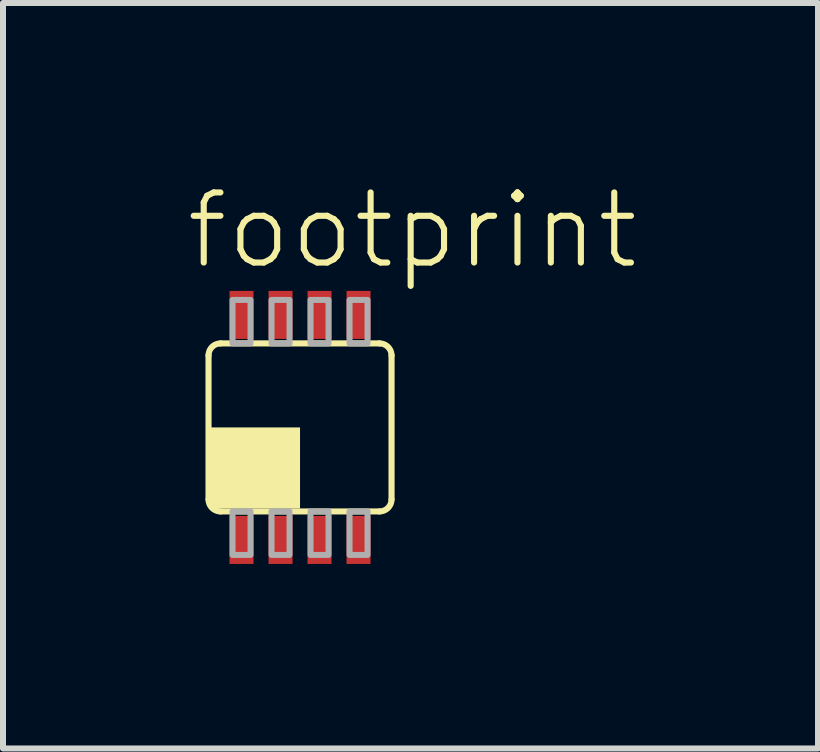
<source format=kicad_pcb>
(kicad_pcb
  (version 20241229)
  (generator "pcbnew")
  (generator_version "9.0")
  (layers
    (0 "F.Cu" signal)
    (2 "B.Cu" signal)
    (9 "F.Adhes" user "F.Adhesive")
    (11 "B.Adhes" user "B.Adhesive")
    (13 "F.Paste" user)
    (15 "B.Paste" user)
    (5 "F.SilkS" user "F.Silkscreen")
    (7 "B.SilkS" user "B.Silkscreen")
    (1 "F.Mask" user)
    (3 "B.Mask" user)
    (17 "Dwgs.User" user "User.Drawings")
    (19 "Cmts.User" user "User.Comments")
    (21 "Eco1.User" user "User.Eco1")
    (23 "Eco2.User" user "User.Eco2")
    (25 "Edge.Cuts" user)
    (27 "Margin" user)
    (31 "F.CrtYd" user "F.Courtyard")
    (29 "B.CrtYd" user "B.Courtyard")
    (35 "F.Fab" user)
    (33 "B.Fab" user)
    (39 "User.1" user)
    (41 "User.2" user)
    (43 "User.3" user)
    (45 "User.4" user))
  (footprint "footprint"
    (layer "F.Cu")
    (at 1.95 4.073)
    (property "Reference" "footprint" (at -1.95 -2.6 0) (layer "F.SilkS") (effects (font (size 1.168 1.168) (thickness 0.102)) (justify left bottom)))
    (fp_poly (pts (xy -1.225 2.35) (xy -0.725 2.35) (xy -0.725 1.425) (xy -1.225 1.425)) (stroke (width 0) (type solid)) (fill yes) (layer "F.Mask"))
    (fp_poly (pts (xy -0.725 -2.35) (xy -1.225 -2.35) (xy -1.225 -1.425) (xy -0.725 -1.425)) (stroke (width 0) (type solid)) (fill yes) (layer "F.Mask"))
    (fp_poly (pts (xy -0.575 2.35) (xy -0.075 2.35) (xy -0.075 1.425) (xy -0.575 1.425)) (stroke (width 0) (type solid)) (fill yes) (layer "F.Mask"))
    (fp_poly (pts (xy -0.075 -2.35) (xy -0.575 -2.35) (xy -0.575 -1.425) (xy -0.075 -1.425)) (stroke (width 0) (type solid)) (fill yes) (layer "F.Mask"))
    (fp_poly (pts (xy 0.075 2.35) (xy 0.575 2.35) (xy 0.575 1.425) (xy 0.075 1.425)) (stroke (width 0) (type solid)) (fill yes) (layer "F.Mask"))
    (fp_poly (pts (xy 0.575 -2.35) (xy 0.075 -2.35) (xy 0.075 -1.425) (xy 0.575 -1.425)) (stroke (width 0) (type solid)) (fill yes) (layer "F.Mask"))
    (fp_poly (pts (xy 0.725 2.35) (xy 1.225 2.35) (xy 1.225 1.425) (xy 0.725 1.425)) (stroke (width 0) (type solid)) (fill yes) (layer "F.Mask"))
    (fp_poly (pts (xy 1.225 -2.35) (xy 0.725 -2.35) (xy 0.725 -1.425) (xy 1.225 -1.425)) (stroke (width 0) (type solid)) (fill yes) (layer "F.Mask"))
    (fp_line (start -1.525 1.2) (end -1.525 -1.2) (stroke (width 0.102) (type solid)) (layer "F.SilkS"))
    (fp_line (start -1.325 -1.4) (end 1.325 -1.4) (stroke (width 0.102) (type solid)) (layer "F.SilkS"))
    (fp_line (start 1.325 1.4) (end -1.325 1.4) (stroke (width 0.102) (type solid)) (layer "F.SilkS"))
    (fp_line (start 1.525 -1.2) (end 1.525 1.2) (stroke (width 0.102) (type solid)) (layer "F.SilkS"))
    (fp_arc (start -1.525 -1.2) (mid -1.466421 -1.341421) (end -1.325 -1.4) (stroke (width 0.1016) (type solid)) (layer "F.SilkS"))
    (fp_arc (start -1.325 1.4) (mid -1.466421 1.341421) (end -1.525 1.2) (stroke (width 0.1016) (type solid)) (layer "F.SilkS"))
    (fp_arc (start 1.325 -1.4) (mid 1.466421 -1.341421) (end 1.525 -1.2) (stroke (width 0.1016) (type solid)) (layer "F.SilkS"))
    (fp_arc (start 1.525 1.2) (mid 1.466421 1.341421) (end 1.325 1.4) (stroke (width 0.1016) (type solid)) (layer "F.SilkS"))
    (fp_poly (pts (xy -1.5 1.35) (xy 0 1.35) (xy 0 0) (xy -1.5 0)) (stroke (width 0) (type solid)) (fill yes) (layer "F.SilkS"))
    (fp_poly (pts (xy -1.125 2.125) (xy -0.825 2.125) (xy -0.825 1.4) (xy -1.125 1.4)) (stroke (width 0.1) (type solid)) (fill no) (layer "F.Fab"))
    (fp_poly (pts (xy -0.825 -2.125) (xy -1.125 -2.125) (xy -1.125 -1.4) (xy -0.825 -1.4)) (stroke (width 0.1) (type solid)) (fill no) (layer "F.Fab"))
    (fp_poly (pts (xy -0.475 2.125) (xy -0.175 2.125) (xy -0.175 1.4) (xy -0.475 1.4)) (stroke (width 0.1) (type solid)) (fill no) (layer "F.Fab"))
    (fp_poly (pts (xy -0.175 -2.125) (xy -0.475 -2.125) (xy -0.475 -1.4) (xy -0.175 -1.4)) (stroke (width 0.1) (type solid)) (fill no) (layer "F.Fab"))
    (fp_poly (pts (xy 0.175 2.125) (xy 0.475 2.125) (xy 0.475 1.4) (xy 0.175 1.4)) (stroke (width 0.1) (type solid)) (fill no) (layer "F.Fab"))
    (fp_poly (pts (xy 0.475 -2.125) (xy 0.175 -2.125) (xy 0.175 -1.4) (xy 0.475 -1.4)) (stroke (width 0.1) (type solid)) (fill no) (layer "F.Fab"))
    (fp_poly (pts (xy 0.825 2.125) (xy 1.125 2.125) (xy 1.125 1.4) (xy 0.825 1.4)) (stroke (width 0.1) (type solid)) (fill no) (layer "F.Fab"))
    (fp_poly (pts (xy 1.125 -2.125) (xy 0.825 -2.125) (xy 0.825 -1.4) (xy 1.125 -1.4)) (stroke (width 0.1) (type solid)) (fill no) (layer "F.Fab"))
    (pad "1" smd rect (at -0.975 1.875) (size 0.4 0.8) (layers "F.Cu" "F.Paste"))
    (pad "2" smd rect (at -0.325 1.875) (size 0.4 0.8) (layers "F.Cu" "F.Paste"))
    (pad "3" smd rect (at 0.325 1.875) (size 0.4 0.8) (layers "F.Cu" "F.Paste"))
    (pad "4" smd rect (at 0.975 1.875) (size 0.4 0.8) (layers "F.Cu" "F.Paste"))
    (pad "5" smd rect (at 0.975 -1.875 180) (size 0.4 0.8) (layers "F.Cu" "F.Paste"))
    (pad "6" smd rect (at 0.325 -1.875 180) (size 0.4 0.8) (layers "F.Cu" "F.Paste"))
    (pad "7" smd rect (at -0.325 -1.875 180) (size 0.4 0.8) (layers "F.Cu" "F.Paste"))
    (pad "8" smd rect (at -0.975 -1.875 180) (size 0.4 0.8) (layers "F.Cu" "F.Paste")))
  (gr_rect
    (start -3 -3)
    (end 10.582 9.423)
    (stroke (width 0.1) (type default))
    (fill no)
    (layer "Edge.Cuts")))
</source>
